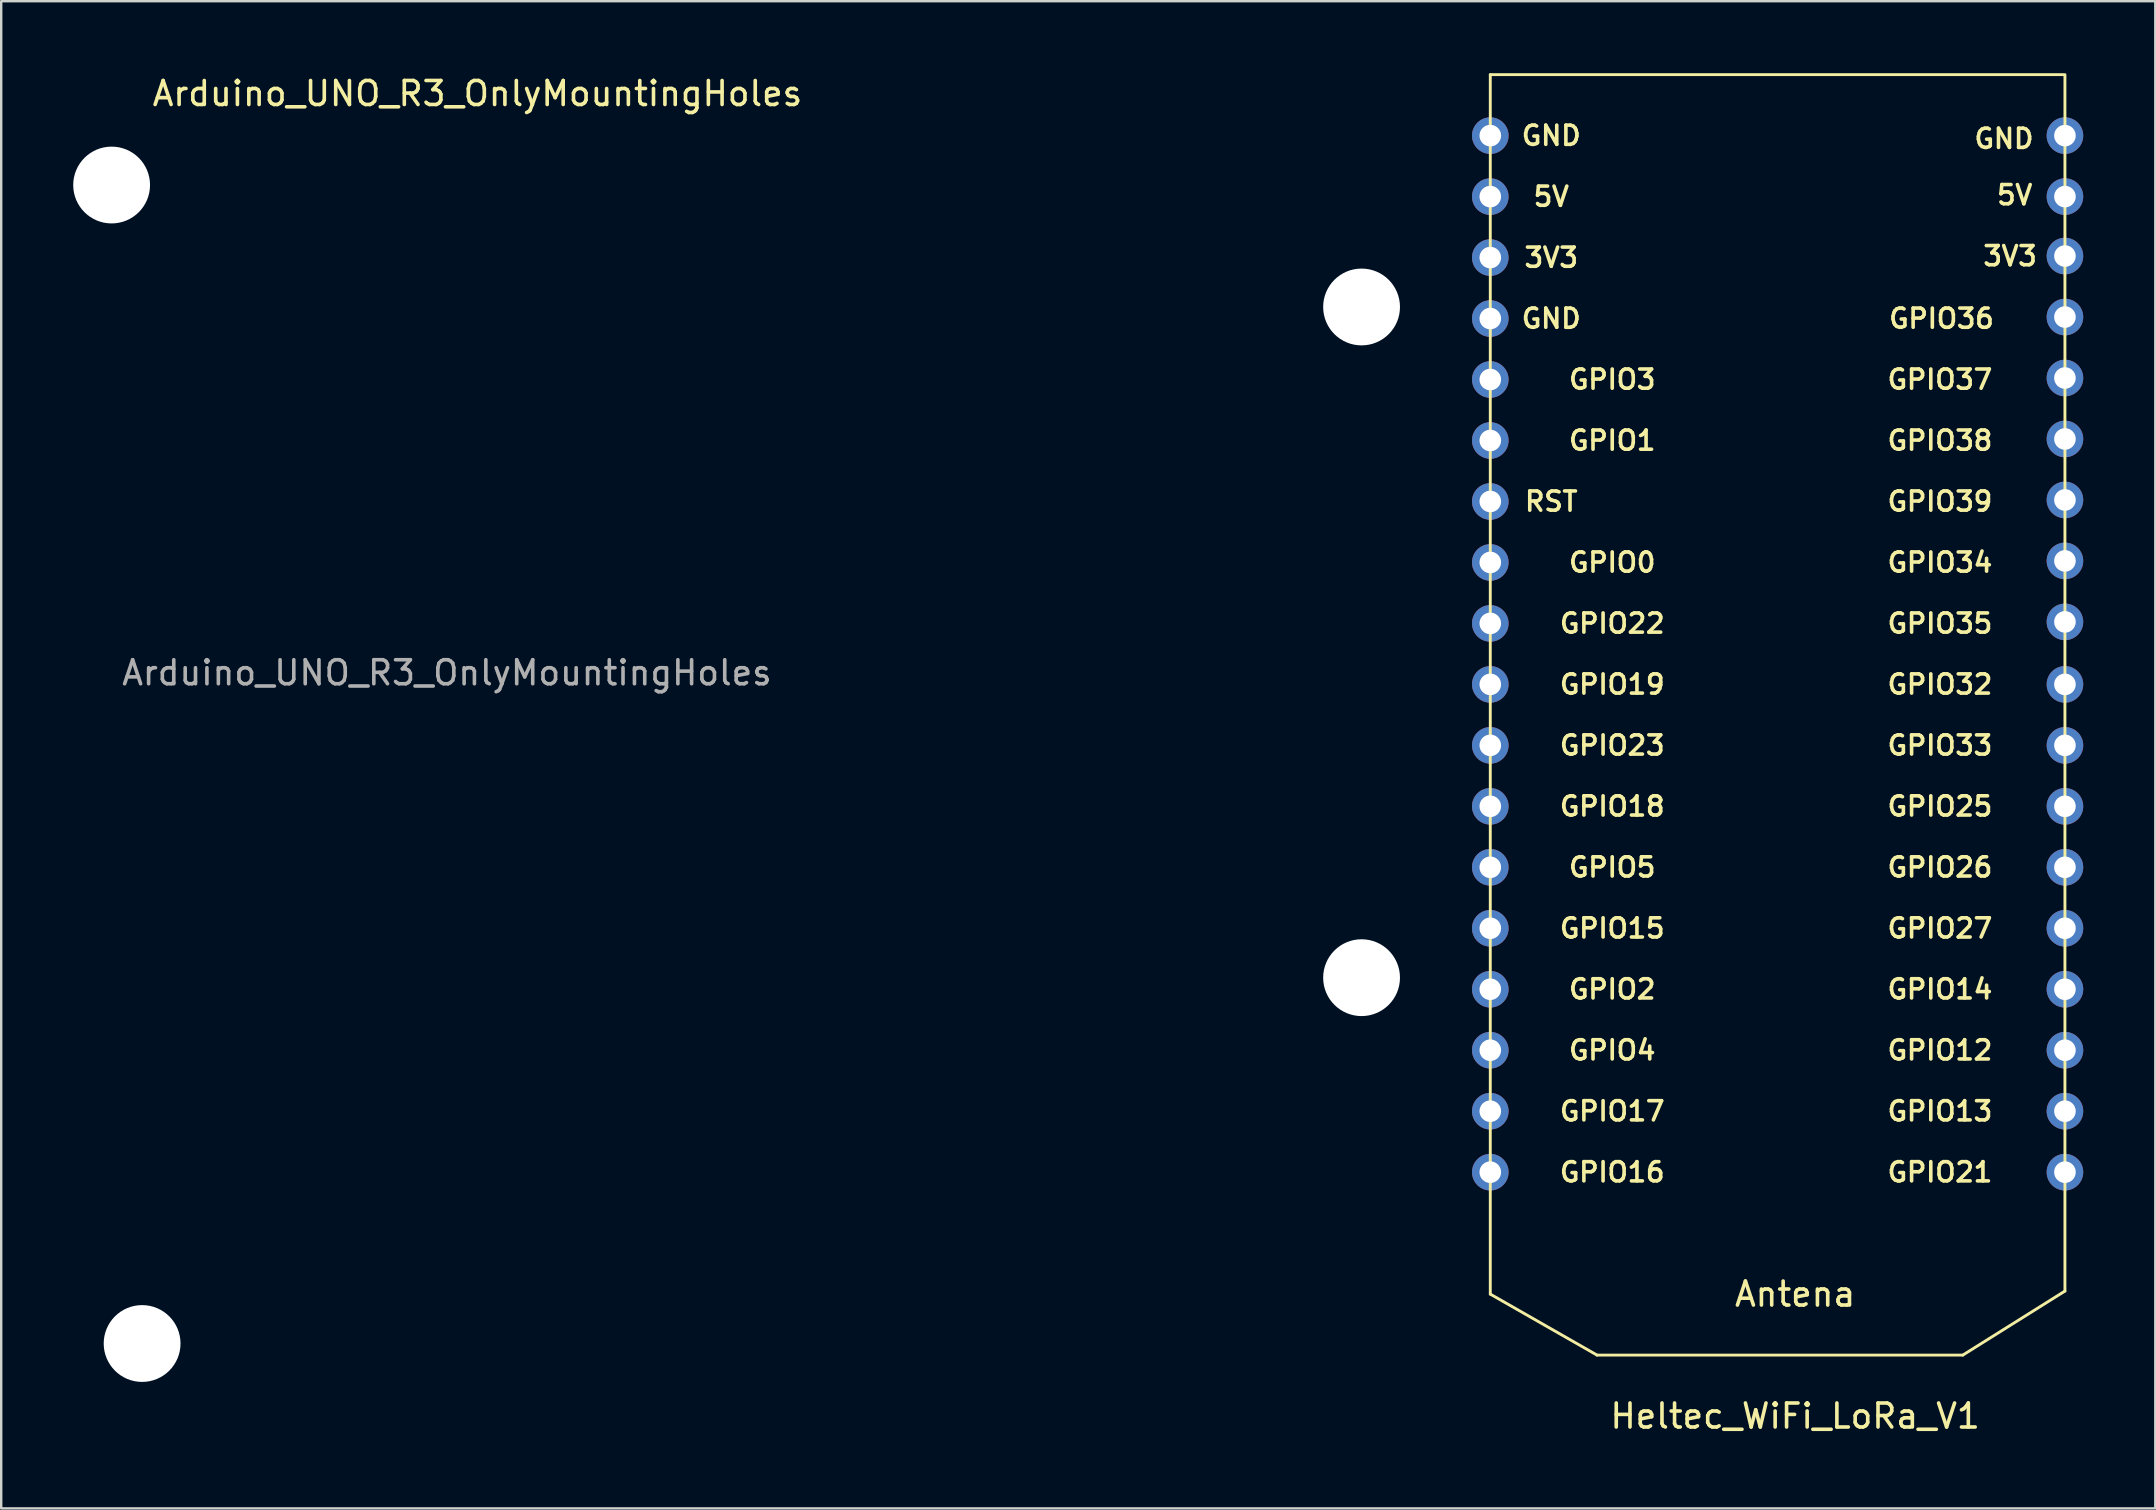
<source format=kicad_pcb>
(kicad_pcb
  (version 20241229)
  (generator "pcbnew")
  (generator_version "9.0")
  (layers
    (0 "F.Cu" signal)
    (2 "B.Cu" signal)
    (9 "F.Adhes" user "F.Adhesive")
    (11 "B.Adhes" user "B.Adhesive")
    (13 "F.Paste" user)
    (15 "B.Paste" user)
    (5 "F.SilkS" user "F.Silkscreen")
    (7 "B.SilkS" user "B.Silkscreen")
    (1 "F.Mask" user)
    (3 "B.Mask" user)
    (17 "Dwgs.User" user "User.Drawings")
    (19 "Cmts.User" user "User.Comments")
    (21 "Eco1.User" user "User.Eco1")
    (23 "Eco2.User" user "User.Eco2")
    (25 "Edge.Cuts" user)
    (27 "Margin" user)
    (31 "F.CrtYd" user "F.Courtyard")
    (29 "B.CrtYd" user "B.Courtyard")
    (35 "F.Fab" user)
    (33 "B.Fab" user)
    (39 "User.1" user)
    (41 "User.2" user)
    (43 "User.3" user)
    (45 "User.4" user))
  (footprint "Arduino_UNO_R3_OnlyMountingHoles"
    (layer "F.Cu")
    (at 15.57 4.658)
    (property "Reference" "Arduino_UNO_R3_OnlyMountingHoles" (at 1.27 -3.81 180) (layer "F.SilkS") (effects (font (size 1 1) (thickness 0.15))))
    (attr through_hole)
    (fp_text user "${REFERENCE}" (at 0 20.32 180) (layer "F.Fab") (effects (font (size 1 1) (thickness 0.15))))
    (pad "" np_thru_hole circle (at -13.97 0 90) (size 3.2 3.2) (drill 3.2) (layers "*.Cu" "*.Mask"))
    (pad "" np_thru_hole circle (at -12.7 48.26 90) (size 3.2 3.2) (drill 3.2) (layers "*.Cu" "*.Mask"))
    (pad "" np_thru_hole circle (at 38.1 5.08 90) (size 3.2 3.2) (drill 3.2) (layers "*.Cu" "*.Mask"))
    (pad "" np_thru_hole circle (at 38.1 33.02 90) (size 3.2 3.2) (drill 3.2) (layers "*.Cu" "*.Mask")))
  (footprint "Heltec_WiFi_LoRa_V1"
    (layer "F.Cu")
    (at 71.732 28)
    (property "Reference" "Heltec_WiFi_LoRa_V1" (at 0 27.94 0) (layer "F.SilkS") (effects (font (size 1 1) (thickness 0.15))))
    (attr through_hole)
    (fp_line (start -12.7 -27.94) (end -12.7 17.78) (stroke (width 0.12) (type solid)) (layer "F.SilkS"))
    (fp_line (start -12.7 -27.94) (end 11.176 -27.94) (stroke (width 0.12) (type solid)) (layer "F.SilkS"))
    (fp_line (start -12.7 17.78) (end -12.7 22.86) (stroke (width 0.12) (type solid)) (layer "F.SilkS"))
    (fp_line (start -8.255 25.4) (end -12.7 22.86) (stroke (width 0.12) (type solid)) (layer "F.SilkS"))
    (fp_line (start -8.255 25.4) (end 6.985 25.4) (stroke (width 0.12) (type solid)) (layer "F.SilkS"))
    (fp_line (start 11.239 17.78) (end 11.239 -27.94) (stroke (width 0.12) (type solid)) (layer "F.SilkS"))
    (fp_line (start 11.239 22.733) (end 6.985 25.4) (stroke (width 0.12) (type solid)) (layer "F.SilkS"))
    (fp_line (start 11.239 22.733) (end 11.239 17.653) (stroke (width 0.12) (type solid)) (layer "F.SilkS"))
    (fp_text user "GPIO19" (at -7.62 -2.54 0) (layer "F.SilkS") (effects (font (size 0.8 0.8) (thickness 0.15))))
    (fp_text user "GPIO1" (at -7.62 -12.7 0) (layer "F.SilkS") (effects (font (size 0.8 0.8) (thickness 0.15))))
    (fp_text user "GPIO26" (at 6.032 5.08 0) (layer "F.SilkS") (effects (font (size 0.8 0.8) (thickness 0.15))))
    (fp_text user "GPIO35" (at 6.032 -5.08 0) (layer "F.SilkS") (effects (font (size 0.8 0.8) (thickness 0.15))))
    (fp_text user "GPIO25" (at 6.032 2.54 0) (layer "F.SilkS") (effects (font (size 0.8 0.8) (thickness 0.15))))
    (fp_text user "GND" (at 8.7 -25.273 0) (layer "F.SilkS") (effects (font (size 0.8 0.8) (thickness 0.15))))
    (fp_text user "3V3" (at 8.954 -20.384 0) (layer "F.SilkS") (effects (font (size 0.8 0.8) (thickness 0.15))))
    (fp_text user "GND" (at -10.16 -17.78 0) (layer "F.SilkS") (effects (font (size 0.8 0.8) (thickness 0.15))))
    (fp_text user "GPIO0" (at -7.62 -7.62 0) (layer "F.SilkS") (effects (font (size 0.8 0.8) (thickness 0.15))))
    (fp_text user "GPIO18" (at -7.62 2.54 0) (layer "F.SilkS") (effects (font (size 0.8 0.8) (thickness 0.15))))
    (fp_text user "GPIO12" (at 6.032 12.7 0) (layer "F.SilkS") (effects (font (size 0.8 0.8) (thickness 0.15))))
    (fp_text user "3V3" (at -10.16 -20.32 0) (layer "F.SilkS") (effects (font (size 0.8 0.8) (thickness 0.15))))
    (fp_text user "GPIO2" (at -7.62 10.16 0) (layer "F.SilkS") (effects (font (size 0.8 0.8) (thickness 0.15))))
    (fp_text user "GPIO5" (at -7.62 5.08 0) (layer "F.SilkS") (effects (font (size 0.8 0.8) (thickness 0.15))))
    (fp_text user "RST" (at -10.16 -10.16 0) (layer "F.SilkS") (effects (font (size 0.8 0.8) (thickness 0.15))))
    (fp_text user "GPIO27" (at 6.032 7.62 0) (layer "F.SilkS") (effects (font (size 0.8 0.8) (thickness 0.15))))
    (fp_text user "5V" (at -10.16 -22.86 0) (layer "F.SilkS") (effects (font (size 0.8 0.8) (thickness 0.15))))
    (fp_text user "GPIO33" (at 6.032 0 0) (layer "F.SilkS") (effects (font (size 0.8 0.8) (thickness 0.15))))
    (fp_text user "GPIO38" (at 6.032 -12.7 0) (layer "F.SilkS") (effects (font (size 0.8 0.8) (thickness 0.15))))
    (fp_text user "GPIO17" (at -7.62 15.24 0) (layer "F.SilkS") (effects (font (size 0.8 0.8) (thickness 0.15))))
    (fp_text user "GPIO36" (at 6.096 -17.78 0) (layer "F.SilkS") (effects (font (size 0.8 0.8) (thickness 0.15))))
    (fp_text user "GPIO15" (at -7.62 7.62 0) (layer "F.SilkS") (effects (font (size 0.8 0.8) (thickness 0.15))))
    (fp_text user "GPIO14" (at 6.032 10.16 0) (layer "F.SilkS") (effects (font (size 0.8 0.8) (thickness 0.15))))
    (fp_text user "GPIO39" (at 6.032 -10.16 0) (layer "F.SilkS") (effects (font (size 0.8 0.8) (thickness 0.15))))
    (fp_text user "GPIO21" (at 6.032 17.78 0) (layer "F.SilkS") (effects (font (size 0.8 0.8) (thickness 0.15))))
    (fp_text user "GPIO23" (at -7.62 0 0) (layer "F.SilkS") (effects (font (size 0.8 0.8) (thickness 0.15))))
    (fp_text user "GND" (at -10.16 -25.4 0) (layer "F.SilkS") (effects (font (size 0.8 0.8) (thickness 0.15))))
    (fp_text user "5V" (at 9.144 -22.924 0) (layer "F.SilkS") (effects (font (size 0.8 0.8) (thickness 0.15))))
    (fp_text user "GPIO22" (at -7.62 -5.08 0) (layer "F.SilkS") (effects (font (size 0.8 0.8) (thickness 0.15))))
    (fp_text user "GPIO32" (at 6.032 -2.54 0) (layer "F.SilkS") (effects (font (size 0.8 0.8) (thickness 0.15))))
    (fp_text user "GPIO16" (at -7.62 17.78 0) (layer "F.SilkS") (effects (font (size 0.8 0.8) (thickness 0.15))))
    (fp_text user "GPIO34" (at 6.032 -7.62 0) (layer "F.SilkS") (effects (font (size 0.8 0.8) (thickness 0.15))))
    (fp_text user "GPIO37" (at 6.032 -15.24 0) (layer "F.SilkS") (effects (font (size 0.8 0.8) (thickness 0.15))))
    (fp_text user "GPIO4" (at -7.62 12.7 0) (layer "F.SilkS") (effects (font (size 0.8 0.8) (thickness 0.15))))
    (fp_text user "Antena" (at 0 22.86 0) (layer "F.SilkS") (effects (font (size 1 1) (thickness 0.15))))
    (fp_text user "GPIO3" (at -7.62 -15.24 0) (layer "F.SilkS") (effects (font (size 0.8 0.8) (thickness 0.15))))
    (fp_text user "GPIO13" (at 6.032 15.24 0) (layer "F.SilkS") (effects (font (size 0.8 0.8) (thickness 0.15))))
    (pad "1" thru_hole circle (at -12.7 -25.4) (size 1.524 1.524) (drill 0.9) (layers "*.Cu" "*.Mask"))
    (pad "2" thru_hole circle (at -12.7 -22.86) (size 1.524 1.524) (drill 0.9) (layers "*.Cu" "*.Mask"))
    (pad "3" thru_hole circle (at -12.7 -20.32) (size 1.524 1.524) (drill 0.9) (layers "*.Cu" "*.Mask"))
    (pad "4" thru_hole circle (at -12.7 -17.78) (size 1.524 1.524) (drill 0.9) (layers "*.Cu" "*.Mask"))
    (pad "5" thru_hole circle (at -12.7 -15.24) (size 1.524 1.524) (drill 0.9) (layers "*.Cu" "*.Mask"))
    (pad "6" thru_hole circle (at -12.7 -12.7) (size 1.524 1.524) (drill 0.9) (layers "*.Cu" "*.Mask"))
    (pad "7" thru_hole circle (at -12.7 -10.16) (size 1.524 1.524) (drill 0.9) (layers "*.Cu" "*.Mask"))
    (pad "8" thru_hole circle (at -12.7 -7.62) (size 1.524 1.524) (drill 0.9) (layers "*.Cu" "*.Mask"))
    (pad "9" thru_hole circle (at -12.7 -5.08) (size 1.524 1.524) (drill 0.9) (layers "*.Cu" "*.Mask"))
    (pad "10" thru_hole circle (at -12.7 -2.54) (size 1.524 1.524) (drill 0.9) (layers "*.Cu" "*.Mask"))
    (pad "11" thru_hole circle (at -12.7 0) (size 1.524 1.524) (drill 0.9) (layers "*.Cu" "*.Mask"))
    (pad "12" thru_hole circle (at -12.7 2.54) (size 1.524 1.524) (drill 0.9) (layers "*.Cu" "*.Mask"))
    (pad "13" thru_hole circle (at -12.7 5.08) (size 1.524 1.524) (drill 0.9) (layers "*.Cu" "*.Mask"))
    (pad "14" thru_hole circle (at -12.7 7.62) (size 1.524 1.524) (drill 0.9) (layers "*.Cu" "*.Mask"))
    (pad "15" thru_hole circle (at -12.7 10.16) (size 1.524 1.524) (drill 0.9) (layers "*.Cu" "*.Mask"))
    (pad "16" thru_hole circle (at -12.7 12.7) (size 1.524 1.524) (drill 0.9) (layers "*.Cu" "*.Mask"))
    (pad "17" thru_hole circle (at -12.7 15.24) (size 1.524 1.524) (drill 0.9) (layers "*.Cu" "*.Mask"))
    (pad "18" thru_hole circle (at -12.7 17.78) (size 1.524 1.524) (drill 0.9) (layers "*.Cu" "*.Mask"))
    (pad "19" thru_hole circle (at 11.239 17.78) (size 1.524 1.524) (drill 0.9) (layers "*.Cu" "*.Mask"))
    (pad "20" thru_hole circle (at 11.239 15.24) (size 1.524 1.524) (drill 0.9) (layers "*.Cu" "*.Mask"))
    (pad "21" thru_hole circle (at 11.239 12.7) (size 1.524 1.524) (drill 0.9) (layers "*.Cu" "*.Mask"))
    (pad "22" thru_hole circle (at 11.239 10.16) (size 1.524 1.524) (drill 0.9) (layers "*.Cu" "*.Mask"))
    (pad "23" thru_hole circle (at 11.239 7.62) (size 1.524 1.524) (drill 0.9) (layers "*.Cu" "*.Mask"))
    (pad "24" thru_hole circle (at 11.239 5.08) (size 1.524 1.524) (drill 0.9) (layers "*.Cu" "*.Mask"))
    (pad "25" thru_hole circle (at 11.239 2.54) (size 1.524 1.524) (drill 0.9) (layers "*.Cu" "*.Mask"))
    (pad "26" thru_hole circle (at 11.239 0) (size 1.524 1.524) (drill 0.9) (layers "*.Cu" "*.Mask"))
    (pad "27" thru_hole circle (at 11.239 -2.54) (size 1.524 1.524) (drill 0.9) (layers "*.Cu" "*.Mask"))
    (pad "28" thru_hole circle (at 11.239 -5.144) (size 1.524 1.524) (drill 0.9) (layers "*.Cu" "*.Mask"))
    (pad "29" thru_hole circle (at 11.239 -7.684) (size 1.524 1.524) (drill 0.9) (layers "*.Cu" "*.Mask"))
    (pad "30" thru_hole circle (at 11.239 -10.223) (size 1.524 1.524) (drill 0.9) (layers "*.Cu" "*.Mask"))
    (pad "31" thru_hole circle (at 11.239 -12.764) (size 1.524 1.524) (drill 0.9) (layers "*.Cu" "*.Mask"))
    (pad "32" thru_hole circle (at 11.239 -15.303) (size 1.524 1.524) (drill 0.9) (layers "*.Cu" "*.Mask"))
    (pad "33" thru_hole circle (at 11.239 -17.843) (size 1.524 1.524) (drill 0.9) (layers "*.Cu" "*.Mask"))
    (pad "34" thru_hole circle (at 11.239 -20.384) (size 1.524 1.524) (drill 0.9) (layers "*.Cu" "*.Mask"))
    (pad "35" thru_hole circle (at 11.239 -22.86) (size 1.524 1.524) (drill 0.9) (layers "*.Cu" "*.Mask"))
    (pad "36" thru_hole circle (at 11.239 -25.4) (size 1.524 1.524) (drill 0.9) (layers "*.Cu" "*.Mask")))
  (gr_rect
    (start -3 -3)
    (end 86.734 59.788)
    (stroke (width 0.1) (type default))
    (fill no)
    (layer "Edge.Cuts")))
</source>
